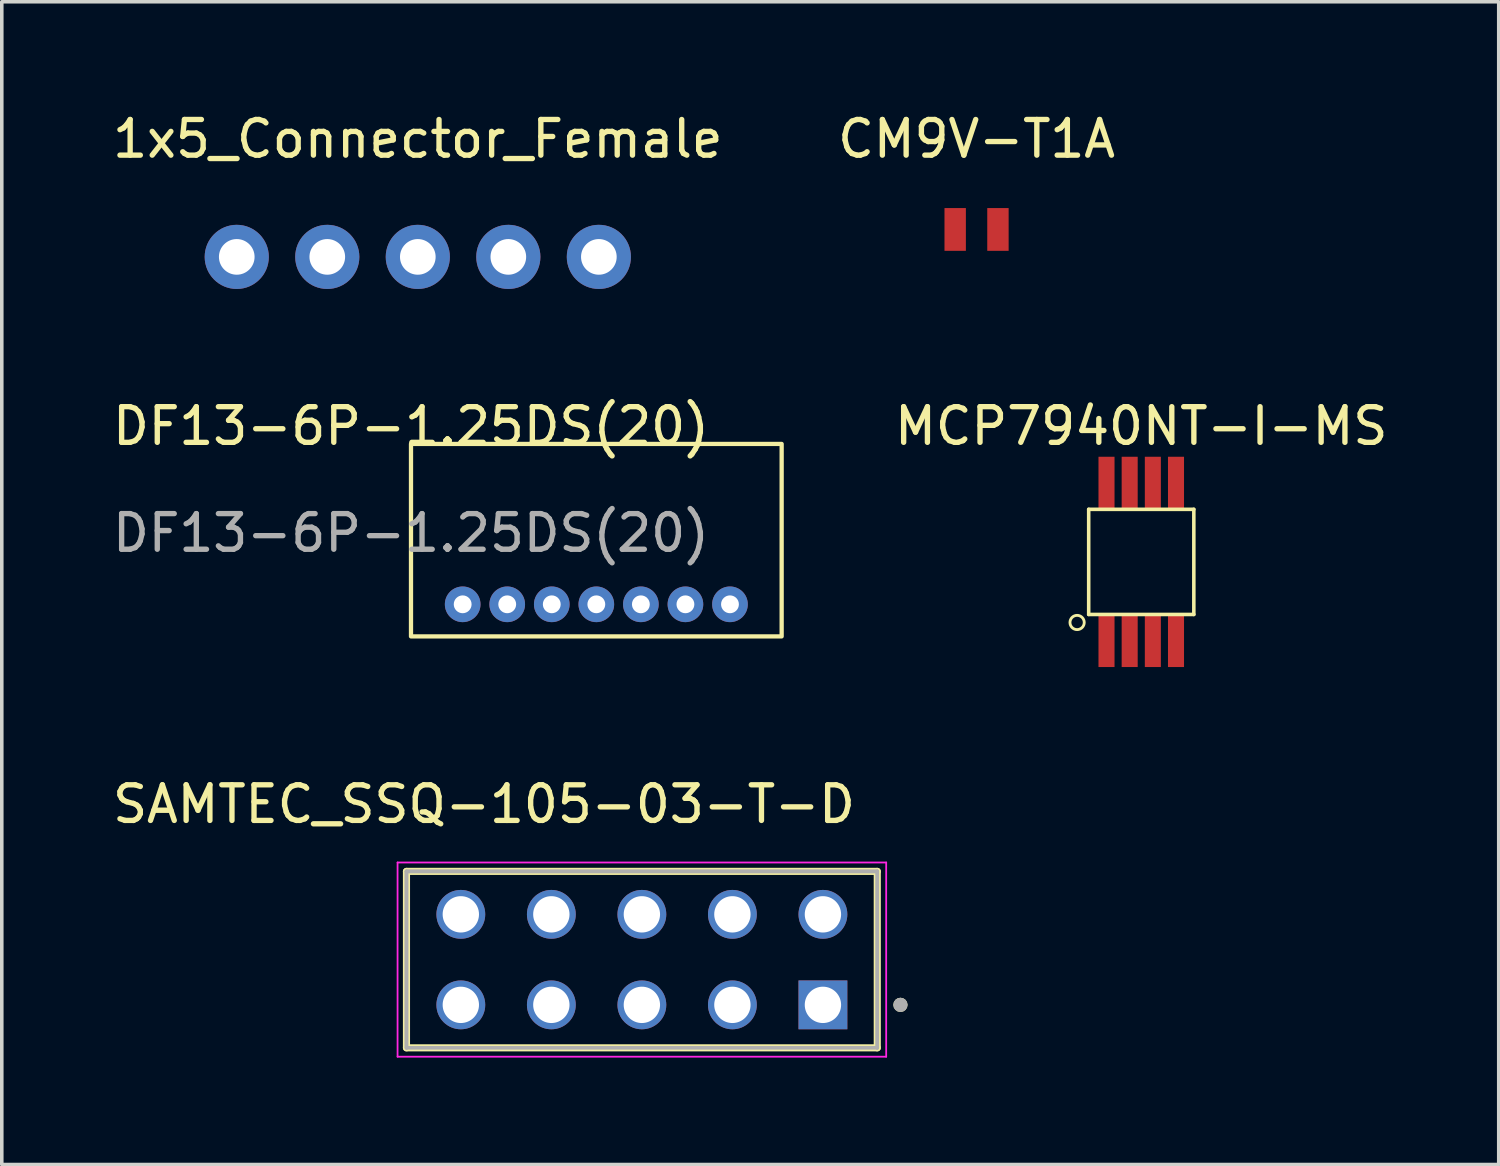
<source format=kicad_pcb>
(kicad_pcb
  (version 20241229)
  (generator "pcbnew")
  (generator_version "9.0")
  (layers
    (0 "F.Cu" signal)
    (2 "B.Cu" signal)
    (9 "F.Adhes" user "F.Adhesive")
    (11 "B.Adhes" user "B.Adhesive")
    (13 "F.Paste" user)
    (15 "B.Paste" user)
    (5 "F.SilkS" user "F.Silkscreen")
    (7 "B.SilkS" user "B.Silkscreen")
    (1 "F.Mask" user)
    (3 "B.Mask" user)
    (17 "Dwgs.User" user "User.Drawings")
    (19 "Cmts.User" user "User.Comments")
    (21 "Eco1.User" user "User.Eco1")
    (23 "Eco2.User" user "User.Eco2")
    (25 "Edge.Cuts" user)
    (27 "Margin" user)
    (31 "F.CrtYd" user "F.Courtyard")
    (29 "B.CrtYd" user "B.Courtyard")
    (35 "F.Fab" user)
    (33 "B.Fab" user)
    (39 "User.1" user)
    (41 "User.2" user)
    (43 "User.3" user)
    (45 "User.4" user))
  (footprint "CM9V-T1A"
    (layer "F.Cu")
    (at 24.351 3.388)
    (property "Reference" "CM9V-T1A" (at 0 -2.54 0) (layer "F.SilkS") (effects (font (size 1 1) (thickness 0.15))))
    (attr through_hole)
    (pad "1" smd rect (at -0.6 0) (size 0.6 1.2) (layers "F.Cu" "F.Mask" "F.Paste"))
    (pad "2" smd rect (at 0.6 0) (size 0.6 1.2) (layers "F.Cu" "F.Mask" "F.Paste")))
  (footprint "DF13-6P-1.25DS(20)"
    (layer "F.Cu")
    (at 8.482 9.406)
    (property "Reference" "DF13-6P-1.25DS(20)" (at 0 -0.5 0) (unlocked yes) (layer "F.SilkS") (effects (font (size 1 1) (thickness 0.15))))
    (attr through_hole)
    (fp_rect (start 0 0) (end 10.4 5.4) (stroke (width 0.12) (type solid)) (fill no) (layer "F.SilkS"))
    (fp_text user "${REFERENCE}" (at 0 2.5 0) (unlocked yes) (layer "F.Fab") (effects (font (size 1 1) (thickness 0.15))))
    (pad "1" thru_hole circle (at 1.45 4.5) (size 1 1) (drill 0.5) (layers "*.Cu" "*.Mask"))
    (pad "2" thru_hole circle (at 2.7 4.5) (size 1 1) (drill 0.5) (layers "*.Cu" "*.Mask"))
    (pad "3" thru_hole circle (at 3.95 4.5) (size 1 1) (drill 0.5) (layers "*.Cu" "*.Mask"))
    (pad "4" thru_hole circle (at 5.2 4.5) (size 1 1) (drill 0.5) (layers "*.Cu" "*.Mask"))
    (pad "5" thru_hole circle (at 6.45 4.5) (size 1 1) (drill 0.5) (layers "*.Cu" "*.Mask"))
    (pad "6" thru_hole circle (at 7.7 4.5) (size 1 1) (drill 0.5) (layers "*.Cu" "*.Mask"))
    (pad "7" thru_hole circle (at 8.95 4.5) (size 1 1) (drill 0.5) (layers "*.Cu" "*.Mask")))
  (footprint "MCP7940NT-I-MS"
    (layer "F.Cu")
    (at 28.972 12.716)
    (property "Reference" "MCP7940NT-I-MS" (at 0 -3.81 0) (layer "F.SilkS") (effects (font (size 1 1) (thickness 0.15))))
    (attr through_hole)
    (fp_line (start -1.475 -1.475) (end -1.475 1.475) (stroke (width 0.1) (type solid)) (layer "F.SilkS"))
    (fp_line (start -1.475 -1.475) (end 1.475 -1.475) (stroke (width 0.1) (type solid)) (layer "F.SilkS"))
    (fp_line (start -1.475 1.475) (end 1.475 1.475) (stroke (width 0.1) (type solid)) (layer "F.SilkS"))
    (fp_line (start 1.475 -1.475) (end 1.475 1.475) (stroke (width 0.1) (type solid)) (layer "F.SilkS"))
    (fp_circle (center -1.8 1.7) (end -1.6 1.7) (stroke (width 0.08) (type solid)) (fill no) (layer "F.SilkS"))
    (pad "1" smd rect (at -0.975 2.225) (size 0.45 1.45) (layers "F.Cu" "F.Mask" "F.Paste"))
    (pad "2" smd rect (at -0.325 2.225) (size 0.45 1.45) (layers "F.Cu" "F.Mask" "F.Paste"))
    (pad "3" smd rect (at 0.325 2.225) (size 0.45 1.45) (layers "F.Cu" "F.Mask" "F.Paste"))
    (pad "4" smd rect (at 0.975 2.225) (size 0.45 1.45) (layers "F.Cu" "F.Mask" "F.Paste"))
    (pad "5" smd rect (at 0.975 -2.225) (size 0.45 1.45) (layers "F.Cu" "F.Mask" "F.Paste"))
    (pad "6" smd rect (at 0.325 -2.225) (size 0.45 1.45) (layers "F.Cu" "F.Mask" "F.Paste"))
    (pad "7" smd rect (at -0.325 -2.225) (size 0.45 1.45) (layers "F.Cu" "F.Mask" "F.Paste"))
    (pad "8" smd rect (at -0.975 -2.225) (size 0.45 1.45) (layers "F.Cu" "F.Mask" "F.Paste")))
  (footprint "SAMTEC_SSQ-105-03-T-D"
    (layer "F.Cu")
    (at 14.96 23.875)
    (property "Reference" "SAMTEC_SSQ-105-03-T-D" (at -4.43 -4.36 0) (layer "F.SilkS") (effects (font (size 1 1) (thickness 0.15))))
    (attr through_hole)
    (fp_line (start -6.605 2.475) (end -6.605 -2.475) (stroke (width 0.2) (type solid)) (layer "F.SilkS"))
    (fp_line (start 6.605 -2.475) (end -6.605 -2.475) (stroke (width 0.2) (type solid)) (layer "F.SilkS"))
    (fp_line (start 6.605 -2.475) (end 6.605 2.475) (stroke (width 0.2) (type solid)) (layer "F.SilkS"))
    (fp_line (start 6.605 2.475) (end -6.605 2.475) (stroke (width 0.2) (type solid)) (layer "F.SilkS"))
    (fp_circle (center 7.255 1.27) (end 7.355 1.27) (stroke (width 0.2) (type solid)) (fill no) (layer "F.SilkS"))
    (fp_line (start -6.855 -2.725) (end 6.855 -2.725) (stroke (width 0.05) (type solid)) (layer "F.CrtYd"))
    (fp_line (start -6.855 2.725) (end -6.855 -2.725) (stroke (width 0.05) (type solid)) (layer "F.CrtYd"))
    (fp_line (start 6.855 -2.725) (end 6.855 2.725) (stroke (width 0.05) (type solid)) (layer "F.CrtYd"))
    (fp_line (start 6.855 2.725) (end -6.855 2.725) (stroke (width 0.05) (type solid)) (layer "F.CrtYd"))
    (fp_line (start -6.605 -2.475) (end 6.605 -2.475) (stroke (width 0.1) (type solid)) (layer "F.Fab"))
    (fp_line (start -6.605 -2.475) (end 6.605 -2.475) (stroke (width 0.1) (type solid)) (layer "F.Fab"))
    (fp_line (start -6.605 2.475) (end -6.605 -2.475) (stroke (width 0.1) (type solid)) (layer "F.Fab"))
    (fp_line (start -6.605 2.475) (end -6.605 -2.475) (stroke (width 0.1) (type solid)) (layer "F.Fab"))
    (fp_line (start 6.605 -2.475) (end 6.605 2.475) (stroke (width 0.1) (type solid)) (layer "F.Fab"))
    (fp_line (start 6.605 -2.475) (end 6.605 2.475) (stroke (width 0.1) (type solid)) (layer "F.Fab"))
    (fp_line (start 6.605 2.475) (end -6.605 2.475) (stroke (width 0.1) (type solid)) (layer "F.Fab"))
    (fp_circle (center 7.255 1.27) (end 7.355 1.27) (stroke (width 0.2) (type solid)) (fill no) (layer "F.Fab"))
    (pad "01" thru_hole rect (at 5.08 1.27) (size 1.37 1.37) (drill 1.02) (layers "*.Cu" "*.Mask"))
    (pad "02" thru_hole circle (at 5.08 -1.27) (size 1.37 1.37) (drill 1.02) (layers "*.Cu" "*.Mask"))
    (pad "03" thru_hole circle (at 2.54 1.27) (size 1.37 1.37) (drill 1.02) (layers "*.Cu" "*.Mask"))
    (pad "04" thru_hole circle (at 2.54 -1.27) (size 1.37 1.37) (drill 1.02) (layers "*.Cu" "*.Mask"))
    (pad "05" thru_hole circle (at 0 1.27) (size 1.37 1.37) (drill 1.02) (layers "*.Cu" "*.Mask"))
    (pad "06" thru_hole circle (at 0 -1.27) (size 1.37 1.37) (drill 1.02) (layers "*.Cu" "*.Mask"))
    (pad "07" thru_hole circle (at -2.54 1.27) (size 1.37 1.37) (drill 1.02) (layers "*.Cu" "*.Mask"))
    (pad "08" thru_hole circle (at -2.54 -1.27) (size 1.37 1.37) (drill 1.02) (layers "*.Cu" "*.Mask"))
    (pad "09" thru_hole circle (at -5.08 1.27) (size 1.37 1.37) (drill 1.02) (layers "*.Cu" "*.Mask"))
    (pad "10" thru_hole circle (at -5.08 -1.27) (size 1.37 1.37) (drill 1.02) (layers "*.Cu" "*.Mask")))
  (footprint "1x5_Connector_Female"
    (layer "F.Cu")
    (at 8.673 0.348)
    (property "Reference" "1x5_Connector_Female" (at 0 0.5 0) (layer "F.SilkS") (effects (font (size 1 1) (thickness 0.15))))
    (attr through_hole)
    (pad "1" thru_hole circle (at -5.08 3.81) (size 1.8 1.8) (drill 1) (layers "*.Cu" "*.Mask"))
    (pad "2" thru_hole circle (at -2.54 3.81) (size 1.8 1.8) (drill 1) (layers "*.Cu" "*.Mask"))
    (pad "3" thru_hole circle (at 0 3.81) (size 1.8 1.8) (drill 1) (layers "*.Cu" "*.Mask"))
    (pad "4" thru_hole circle (at 2.54 3.81) (size 1.8 1.8) (drill 1) (layers "*.Cu" "*.Mask"))
    (pad "5" thru_hole circle (at 5.08 3.81) (size 1.8 1.8) (drill 1) (layers "*.Cu" "*.Mask")))
  (gr_rect
    (start -3 -3)
    (end 39.002 29.625)
    (stroke (width 0.1) (type default))
    (fill no)
    (layer "Edge.Cuts")))
</source>
